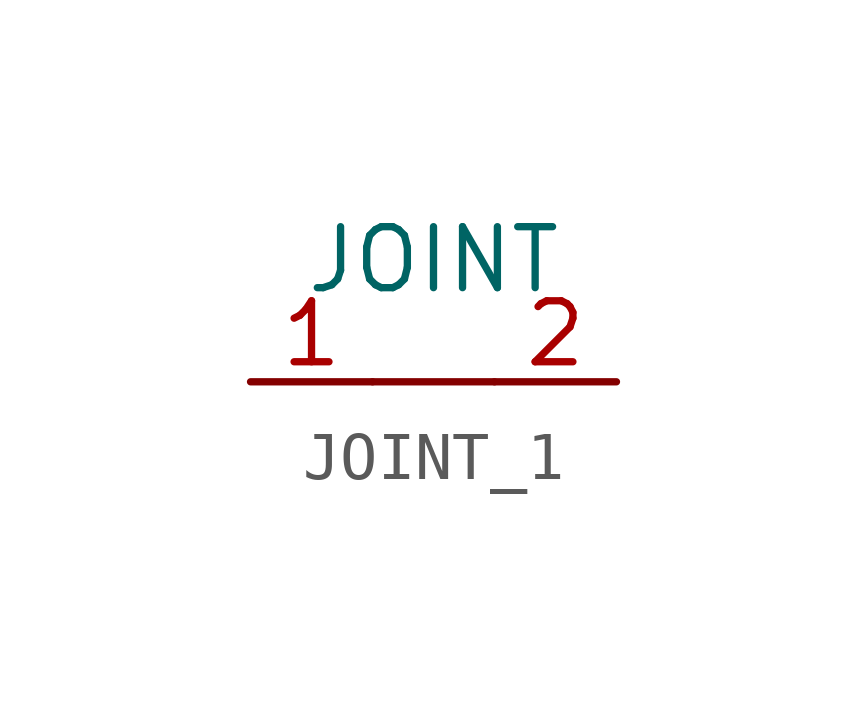
<source format=kicad_sym>
(kicad_symbol_lib
  (version 20231120)
  (generator "kicad_symbol_editor")
  (generator_version "8.0")
  (symbol "JOINT_1"
    (property "Reference" "JO"
      (at 0 -1.27 0)
      (effects (font (size 1.27 1.27)) (hide yes)))
    (property "Value" "JOINT"
      (at 0 2.54 0)
      (effects (font (size 1.27 1.27))))
    (symbol "JOINT_1_0_1"
      (polyline (pts (xy -1.27 0) (xy 1.27 0)) (stroke (width 0) (type default)) (fill (type none))))
    (symbol "JOINT_1_1_1"
      (pin input line (at -3.81 0 0) (length 2.54) (name "~" (effects (font (size 1.27 1.27)))) (number "1" (effects (font (size 1.27 1.27)))))
      (pin input line (at 3.81 0 180) (length 2.54) (name "~" (effects (font (size 1.27 1.27)))) (number "2" (effects (font (size 1.27 1.27))))))))
</source>
